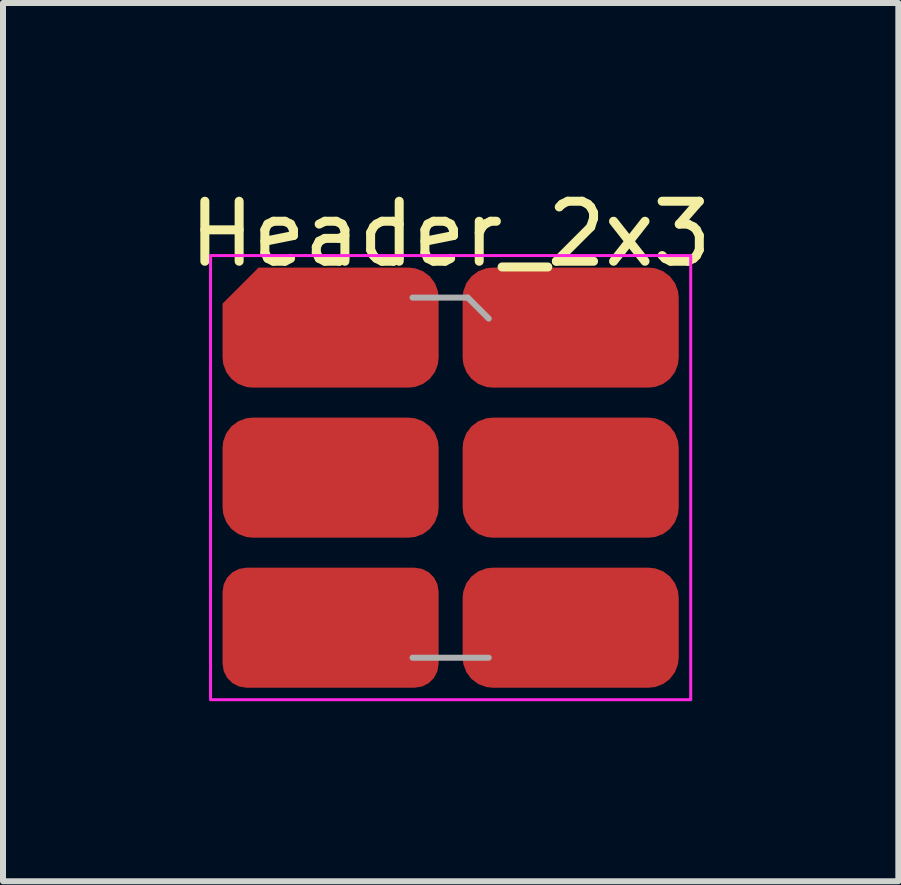
<source format=kicad_pcb>
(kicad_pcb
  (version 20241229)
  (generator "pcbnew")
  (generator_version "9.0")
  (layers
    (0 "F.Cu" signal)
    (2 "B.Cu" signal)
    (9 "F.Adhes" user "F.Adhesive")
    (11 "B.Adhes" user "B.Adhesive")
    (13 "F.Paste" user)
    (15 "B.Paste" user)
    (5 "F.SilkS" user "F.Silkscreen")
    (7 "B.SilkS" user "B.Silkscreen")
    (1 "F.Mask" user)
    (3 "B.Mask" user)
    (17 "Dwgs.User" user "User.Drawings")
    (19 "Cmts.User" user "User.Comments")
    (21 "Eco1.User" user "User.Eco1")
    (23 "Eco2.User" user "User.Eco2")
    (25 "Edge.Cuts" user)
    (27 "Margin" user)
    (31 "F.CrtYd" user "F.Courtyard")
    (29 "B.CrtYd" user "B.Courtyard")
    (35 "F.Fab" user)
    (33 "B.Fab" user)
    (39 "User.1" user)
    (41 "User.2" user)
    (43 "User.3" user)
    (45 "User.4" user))
  (footprint "Header_2x3"
    (layer "F.Cu")
    (at 4.458 4.908)
    (property "Reference" "Header_2x3" (at 0 -4.06 0) (layer "F.SilkS") (effects (font (size 1 1) (thickness 0.15))))
    (attr smd)
    (fp_rect (start -4 -3.7) (end 4 3.7) (stroke (width 0.05) (type default)) (fill no) (layer "F.CrtYd"))
    (fp_line (start -0.635 -3) (end 0.285 -3) (stroke (width 0.1) (type solid)) (layer "F.Fab"))
    (fp_line (start 0.635 -2.65) (end 0.285 -3) (stroke (width 0.1) (type solid)) (layer "F.Fab"))
    (fp_line (start 0.635 3) (end -0.635 3) (stroke (width 0.1) (type solid)) (layer "F.Fab"))
    (pad "1" smd roundrect (at 2 -2.5) (size 3.6 2) (layers "F.Cu" "F.Mask" "F.Paste") (roundrect_rratio 0.25))
    (pad "2" smd roundrect (at 2 0) (size 3.6 2) (layers "F.Cu" "F.Mask" "F.Paste") (roundrect_rratio 0.25))
    (pad "3" smd roundrect (at 2 2.5) (size 3.6 2) (layers "F.Cu" "F.Mask" "F.Paste") (roundrect_rratio 0.25))
    (pad "4" smd roundrect (at -2 2.5) (size 3.6 2) (layers "F.Cu" "F.Mask" "F.Paste") (roundrect_rratio 0.2))
    (pad "5" smd roundrect (at -2 0) (size 3.6 2) (layers "F.Cu" "F.Mask" "F.Paste") (roundrect_rratio 0.25))
    (pad "6" smd roundrect (at -2 -2.5) (size 3.6 2) (layers "F.Cu" "F.Mask" "F.Paste") (roundrect_rratio 0.25) (chamfer_ratio 0.3) (chamfer top_left)))
  (gr_rect
    (start -3 -3)
    (end 11.917 11.633)
    (stroke (width 0.1) (type default))
    (fill no)
    (layer "Edge.Cuts")))
</source>
